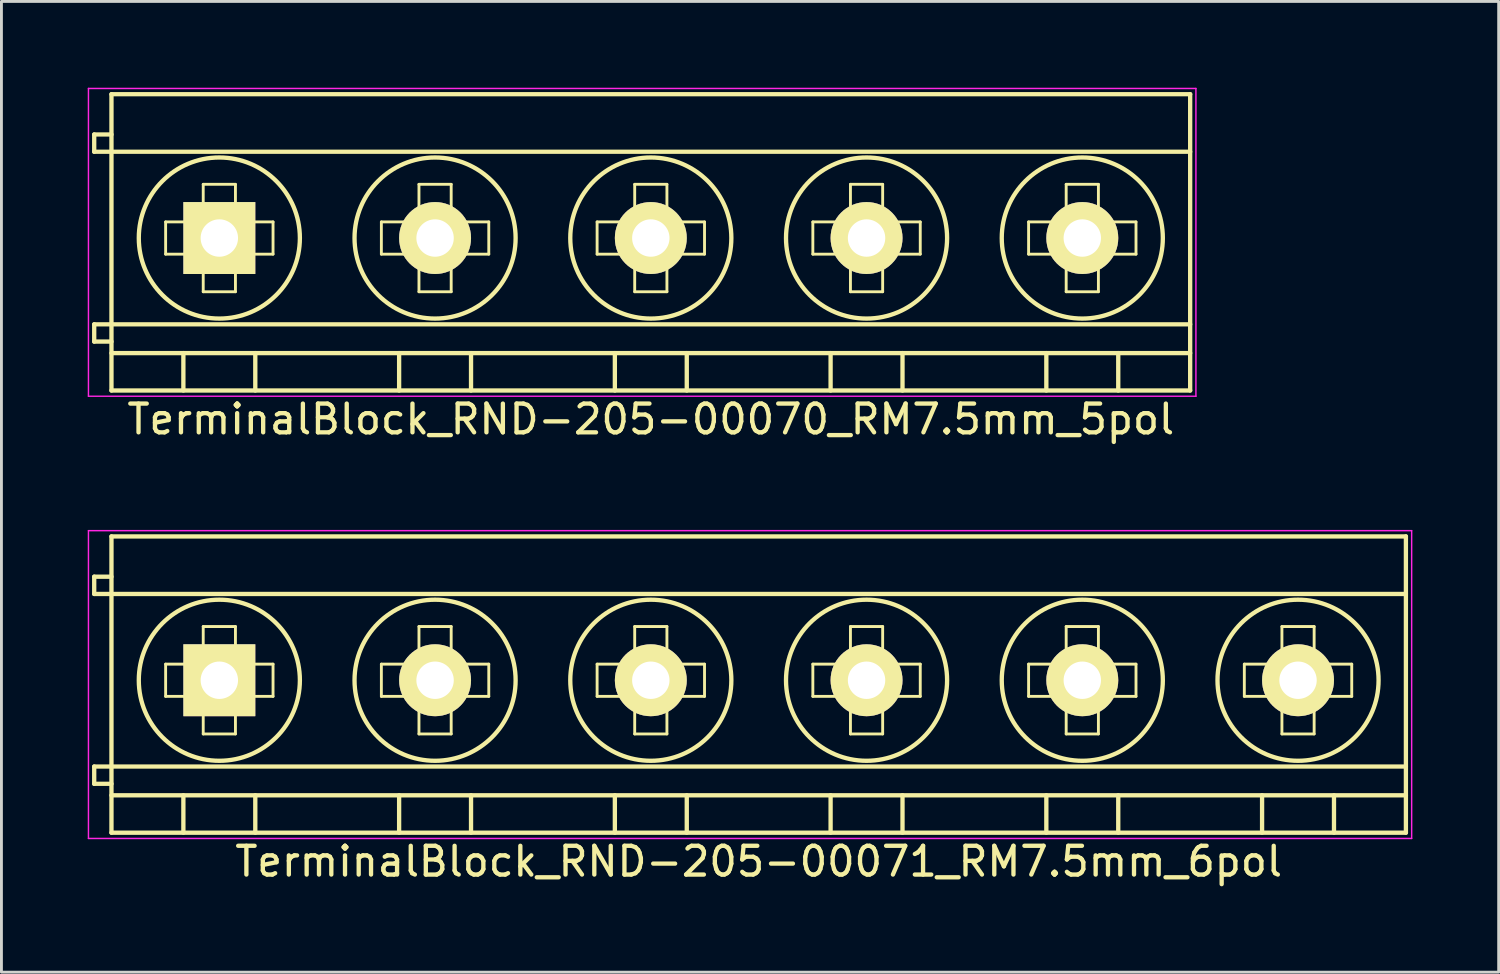
<source format=kicad_pcb>
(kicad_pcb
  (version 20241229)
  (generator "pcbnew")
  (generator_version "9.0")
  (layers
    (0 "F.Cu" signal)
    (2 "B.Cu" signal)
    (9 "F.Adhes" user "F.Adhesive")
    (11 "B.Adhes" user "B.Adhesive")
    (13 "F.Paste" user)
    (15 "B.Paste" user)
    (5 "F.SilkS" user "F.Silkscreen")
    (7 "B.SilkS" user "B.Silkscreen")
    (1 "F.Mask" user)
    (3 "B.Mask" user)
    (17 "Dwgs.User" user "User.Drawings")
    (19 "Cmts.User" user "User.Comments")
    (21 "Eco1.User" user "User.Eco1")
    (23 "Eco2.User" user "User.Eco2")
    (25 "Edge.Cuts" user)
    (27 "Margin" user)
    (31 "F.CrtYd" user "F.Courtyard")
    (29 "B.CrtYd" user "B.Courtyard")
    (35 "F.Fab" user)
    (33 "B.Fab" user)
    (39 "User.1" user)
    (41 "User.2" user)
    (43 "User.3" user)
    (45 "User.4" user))
  (footprint "TerminalBlock_RND-205-00070_RM7.5mm_5pol"
    (layer "F.Cu")
    (at 4.575 5.225)
    (property "Reference" "TerminalBlock_RND-205-00070_RM7.5mm_5pol" (at 15 6.3 0) (layer "F.SilkS") (effects (font (size 1 1) (thickness 0.15))))
    (attr through_hole)
    (fp_line (start -4.35 -3.6) (end -4.35 -3) (stroke (width 0.15) (type solid)) (layer "F.SilkS"))
    (fp_line (start -4.35 -3) (end -3.75 -3) (stroke (width 0.15) (type solid)) (layer "F.SilkS"))
    (fp_line (start -4.35 3) (end -4.35 3.6) (stroke (width 0.15) (type solid)) (layer "F.SilkS"))
    (fp_line (start -4.35 3.6) (end -3.75 3.6) (stroke (width 0.15) (type solid)) (layer "F.SilkS"))
    (fp_line (start -3.75 -5) (end 33.75 -5) (stroke (width 0.15) (type solid)) (layer "F.SilkS"))
    (fp_line (start -3.75 -3.6) (end -4.35 -3.6) (stroke (width 0.15) (type solid)) (layer "F.SilkS"))
    (fp_line (start -3.75 -3) (end 33.75 -3) (stroke (width 0.15) (type solid)) (layer "F.SilkS"))
    (fp_line (start -3.75 3) (end -4.35 3) (stroke (width 0.15) (type solid)) (layer "F.SilkS"))
    (fp_line (start -3.75 3) (end 33.75 3) (stroke (width 0.15) (type solid)) (layer "F.SilkS"))
    (fp_line (start -3.75 4) (end 33.75 4) (stroke (width 0.15) (type solid)) (layer "F.SilkS"))
    (fp_line (start -3.75 5.3) (end -3.75 -5) (stroke (width 0.15) (type solid)) (layer "F.SilkS"))
    (fp_line (start -1.867 -0.56) (end -0.56 -0.56) (stroke (width 0.1) (type solid)) (layer "F.SilkS"))
    (fp_line (start -1.867 0.56) (end -1.867 -0.56) (stroke (width 0.1) (type solid)) (layer "F.SilkS"))
    (fp_line (start -1.25 4) (end -1.25 5.3) (stroke (width 0.15) (type solid)) (layer "F.SilkS"))
    (fp_line (start -0.56 -1.867) (end 0.56 -1.867) (stroke (width 0.1) (type solid)) (layer "F.SilkS"))
    (fp_line (start -0.56 -0.56) (end -0.56 -1.867) (stroke (width 0.1) (type solid)) (layer "F.SilkS"))
    (fp_line (start -0.56 0.56) (end -1.867 0.56) (stroke (width 0.1) (type solid)) (layer "F.SilkS"))
    (fp_line (start -0.56 1.867) (end -0.56 0.56) (stroke (width 0.1) (type solid)) (layer "F.SilkS"))
    (fp_line (start 0.56 -1.867) (end 0.56 -0.56) (stroke (width 0.1) (type solid)) (layer "F.SilkS"))
    (fp_line (start 0.56 -0.56) (end 1.867 -0.56) (stroke (width 0.1) (type solid)) (layer "F.SilkS"))
    (fp_line (start 0.56 0.56) (end 0.56 1.867) (stroke (width 0.1) (type solid)) (layer "F.SilkS"))
    (fp_line (start 0.56 1.867) (end -0.56 1.867) (stroke (width 0.1) (type solid)) (layer "F.SilkS"))
    (fp_line (start 1.25 4) (end 1.25 5.3) (stroke (width 0.15) (type solid)) (layer "F.SilkS"))
    (fp_line (start 1.867 -0.56) (end 1.867 0.56) (stroke (width 0.1) (type solid)) (layer "F.SilkS"))
    (fp_line (start 1.867 0.56) (end 0.56 0.56) (stroke (width 0.1) (type solid)) (layer "F.SilkS"))
    (fp_line (start 5.633 -0.56) (end 6.94 -0.56) (stroke (width 0.1) (type solid)) (layer "F.SilkS"))
    (fp_line (start 5.633 0.56) (end 5.633 -0.56) (stroke (width 0.1) (type solid)) (layer "F.SilkS"))
    (fp_line (start 6.25 4) (end 6.25 5.3) (stroke (width 0.15) (type solid)) (layer "F.SilkS"))
    (fp_line (start 6.94 -1.867) (end 8.06 -1.867) (stroke (width 0.1) (type solid)) (layer "F.SilkS"))
    (fp_line (start 6.94 -0.56) (end 6.94 -1.867) (stroke (width 0.1) (type solid)) (layer "F.SilkS"))
    (fp_line (start 6.94 0.56) (end 5.633 0.56) (stroke (width 0.1) (type solid)) (layer "F.SilkS"))
    (fp_line (start 6.94 1.867) (end 6.94 0.56) (stroke (width 0.1) (type solid)) (layer "F.SilkS"))
    (fp_line (start 8.06 -1.867) (end 8.06 -0.56) (stroke (width 0.1) (type solid)) (layer "F.SilkS"))
    (fp_line (start 8.06 -0.56) (end 9.367 -0.56) (stroke (width 0.1) (type solid)) (layer "F.SilkS"))
    (fp_line (start 8.06 0.56) (end 8.06 1.867) (stroke (width 0.1) (type solid)) (layer "F.SilkS"))
    (fp_line (start 8.06 1.867) (end 6.94 1.867) (stroke (width 0.1) (type solid)) (layer "F.SilkS"))
    (fp_line (start 8.75 4) (end 8.75 5.3) (stroke (width 0.15) (type solid)) (layer "F.SilkS"))
    (fp_line (start 9.367 -0.56) (end 9.367 0.56) (stroke (width 0.1) (type solid)) (layer "F.SilkS"))
    (fp_line (start 9.367 0.56) (end 8.06 0.56) (stroke (width 0.1) (type solid)) (layer "F.SilkS"))
    (fp_line (start 13.133 -0.56) (end 14.44 -0.56) (stroke (width 0.1) (type solid)) (layer "F.SilkS"))
    (fp_line (start 13.133 0.56) (end 13.133 -0.56) (stroke (width 0.1) (type solid)) (layer "F.SilkS"))
    (fp_line (start 13.75 4) (end 13.75 5.3) (stroke (width 0.15) (type solid)) (layer "F.SilkS"))
    (fp_line (start 14.44 -1.867) (end 15.56 -1.867) (stroke (width 0.1) (type solid)) (layer "F.SilkS"))
    (fp_line (start 14.44 -0.56) (end 14.44 -1.867) (stroke (width 0.1) (type solid)) (layer "F.SilkS"))
    (fp_line (start 14.44 0.56) (end 13.133 0.56) (stroke (width 0.1) (type solid)) (layer "F.SilkS"))
    (fp_line (start 14.44 1.867) (end 14.44 0.56) (stroke (width 0.1) (type solid)) (layer "F.SilkS"))
    (fp_line (start 15.56 -1.867) (end 15.56 -0.56) (stroke (width 0.1) (type solid)) (layer "F.SilkS"))
    (fp_line (start 15.56 -0.56) (end 16.867 -0.56) (stroke (width 0.1) (type solid)) (layer "F.SilkS"))
    (fp_line (start 15.56 0.56) (end 15.56 1.867) (stroke (width 0.1) (type solid)) (layer "F.SilkS"))
    (fp_line (start 15.56 1.867) (end 14.44 1.867) (stroke (width 0.1) (type solid)) (layer "F.SilkS"))
    (fp_line (start 16.25 4) (end 16.25 5.3) (stroke (width 0.15) (type solid)) (layer "F.SilkS"))
    (fp_line (start 16.867 -0.56) (end 16.867 0.56) (stroke (width 0.1) (type solid)) (layer "F.SilkS"))
    (fp_line (start 16.867 0.56) (end 15.56 0.56) (stroke (width 0.1) (type solid)) (layer "F.SilkS"))
    (fp_line (start 20.633 -0.56) (end 21.94 -0.56) (stroke (width 0.1) (type solid)) (layer "F.SilkS"))
    (fp_line (start 20.633 0.56) (end 20.633 -0.56) (stroke (width 0.1) (type solid)) (layer "F.SilkS"))
    (fp_line (start 21.25 4) (end 21.25 5.3) (stroke (width 0.15) (type solid)) (layer "F.SilkS"))
    (fp_line (start 21.94 -1.867) (end 23.06 -1.867) (stroke (width 0.1) (type solid)) (layer "F.SilkS"))
    (fp_line (start 21.94 -0.56) (end 21.94 -1.867) (stroke (width 0.1) (type solid)) (layer "F.SilkS"))
    (fp_line (start 21.94 0.56) (end 20.633 0.56) (stroke (width 0.1) (type solid)) (layer "F.SilkS"))
    (fp_line (start 21.94 1.867) (end 21.94 0.56) (stroke (width 0.1) (type solid)) (layer "F.SilkS"))
    (fp_line (start 23.06 -1.867) (end 23.06 -0.56) (stroke (width 0.1) (type solid)) (layer "F.SilkS"))
    (fp_line (start 23.06 -0.56) (end 24.367 -0.56) (stroke (width 0.1) (type solid)) (layer "F.SilkS"))
    (fp_line (start 23.06 0.56) (end 23.06 1.867) (stroke (width 0.1) (type solid)) (layer "F.SilkS"))
    (fp_line (start 23.06 1.867) (end 21.94 1.867) (stroke (width 0.1) (type solid)) (layer "F.SilkS"))
    (fp_line (start 23.75 4) (end 23.75 5.3) (stroke (width 0.15) (type solid)) (layer "F.SilkS"))
    (fp_line (start 24.367 -0.56) (end 24.367 0.56) (stroke (width 0.1) (type solid)) (layer "F.SilkS"))
    (fp_line (start 24.367 0.56) (end 23.06 0.56) (stroke (width 0.1) (type solid)) (layer "F.SilkS"))
    (fp_line (start 28.133 -0.56) (end 29.44 -0.56) (stroke (width 0.1) (type solid)) (layer "F.SilkS"))
    (fp_line (start 28.133 0.56) (end 28.133 -0.56) (stroke (width 0.1) (type solid)) (layer "F.SilkS"))
    (fp_line (start 28.75 4) (end 28.75 5.3) (stroke (width 0.15) (type solid)) (layer "F.SilkS"))
    (fp_line (start 29.44 -1.867) (end 30.56 -1.867) (stroke (width 0.1) (type solid)) (layer "F.SilkS"))
    (fp_line (start 29.44 -0.56) (end 29.44 -1.867) (stroke (width 0.1) (type solid)) (layer "F.SilkS"))
    (fp_line (start 29.44 0.56) (end 28.133 0.56) (stroke (width 0.1) (type solid)) (layer "F.SilkS"))
    (fp_line (start 29.44 1.867) (end 29.44 0.56) (stroke (width 0.1) (type solid)) (layer "F.SilkS"))
    (fp_line (start 30.56 -1.867) (end 30.56 -0.56) (stroke (width 0.1) (type solid)) (layer "F.SilkS"))
    (fp_line (start 30.56 -0.56) (end 31.867 -0.56) (stroke (width 0.1) (type solid)) (layer "F.SilkS"))
    (fp_line (start 30.56 0.56) (end 30.56 1.867) (stroke (width 0.1) (type solid)) (layer "F.SilkS"))
    (fp_line (start 30.56 1.867) (end 29.44 1.867) (stroke (width 0.1) (type solid)) (layer "F.SilkS"))
    (fp_line (start 31.25 4) (end 31.25 5.3) (stroke (width 0.15) (type solid)) (layer "F.SilkS"))
    (fp_line (start 31.867 -0.56) (end 31.867 0.56) (stroke (width 0.1) (type solid)) (layer "F.SilkS"))
    (fp_line (start 31.867 0.56) (end 30.56 0.56) (stroke (width 0.1) (type solid)) (layer "F.SilkS"))
    (fp_line (start 33.75 -5) (end 33.75 5.3) (stroke (width 0.15) (type solid)) (layer "F.SilkS"))
    (fp_line (start 33.75 5.3) (end -3.75 5.3) (stroke (width 0.15) (type solid)) (layer "F.SilkS"))
    (fp_circle (center 0 0) (end -2.8 0) (stroke (width 0.15) (type solid)) (fill no) (layer "F.SilkS"))
    (fp_circle (center 7.5 0) (end 4.7 0) (stroke (width 0.15) (type solid)) (fill no) (layer "F.SilkS"))
    (fp_circle (center 15 0) (end 12.2 0) (stroke (width 0.15) (type solid)) (fill no) (layer "F.SilkS"))
    (fp_circle (center 22.5 0) (end 19.7 0) (stroke (width 0.15) (type solid)) (fill no) (layer "F.SilkS"))
    (fp_circle (center 30 0) (end 27.2 0) (stroke (width 0.15) (type solid)) (fill no) (layer "F.SilkS"))
    (fp_line (start -4.55 -5.2) (end 33.95 -5.2) (stroke (width 0.05) (type solid)) (layer "F.CrtYd"))
    (fp_line (start -4.55 5.5) (end -4.55 -5.2) (stroke (width 0.05) (type solid)) (layer "F.CrtYd"))
    (fp_line (start 33.95 -5.2) (end 33.95 5.5) (stroke (width 0.05) (type solid)) (layer "F.CrtYd"))
    (fp_line (start 33.95 5.5) (end -4.55 5.5) (stroke (width 0.05) (type solid)) (layer "F.CrtYd"))
    (pad "1" thru_hole rect (at 0 0) (size 2.5 2.5) (drill 1.3) (layers "*.Cu" "*.Mask" "F.SilkS"))
    (pad "2" thru_hole circle (at 7.5 0) (size 2.5 2.5) (drill 1.3) (layers "*.Cu" "*.Mask" "F.SilkS"))
    (pad "3" thru_hole circle (at 15 0) (size 2.5 2.5) (drill 1.3) (layers "*.Cu" "*.Mask" "F.SilkS"))
    (pad "4" thru_hole circle (at 22.5 0) (size 2.5 2.5) (drill 1.3) (layers "*.Cu" "*.Mask" "F.SilkS"))
    (pad "5" thru_hole circle (at 30 0) (size 2.5 2.5) (drill 1.3) (layers "*.Cu" "*.Mask" "F.SilkS")))
  (footprint "TerminalBlock_RND-205-00071_RM7.5mm_6pol"
    (layer "F.Cu")
    (at 4.575 20.598)
    (property "Reference" "TerminalBlock_RND-205-00071_RM7.5mm_6pol" (at 18.75 6.3 0) (layer "F.SilkS") (effects (font (size 1 1) (thickness 0.15))))
    (attr through_hole)
    (fp_line (start -4.35 -3.6) (end -4.35 -3) (stroke (width 0.15) (type solid)) (layer "F.SilkS"))
    (fp_line (start -4.35 -3) (end -3.75 -3) (stroke (width 0.15) (type solid)) (layer "F.SilkS"))
    (fp_line (start -4.35 3) (end -4.35 3.6) (stroke (width 0.15) (type solid)) (layer "F.SilkS"))
    (fp_line (start -4.35 3.6) (end -3.75 3.6) (stroke (width 0.15) (type solid)) (layer "F.SilkS"))
    (fp_line (start -3.75 -5) (end 41.25 -5) (stroke (width 0.15) (type solid)) (layer "F.SilkS"))
    (fp_line (start -3.75 -3.6) (end -4.35 -3.6) (stroke (width 0.15) (type solid)) (layer "F.SilkS"))
    (fp_line (start -3.75 -3) (end 41.25 -3) (stroke (width 0.15) (type solid)) (layer "F.SilkS"))
    (fp_line (start -3.75 3) (end -4.35 3) (stroke (width 0.15) (type solid)) (layer "F.SilkS"))
    (fp_line (start -3.75 3) (end 41.25 3) (stroke (width 0.15) (type solid)) (layer "F.SilkS"))
    (fp_line (start -3.75 4) (end 41.25 4) (stroke (width 0.15) (type solid)) (layer "F.SilkS"))
    (fp_line (start -3.75 5.3) (end -3.75 -5) (stroke (width 0.15) (type solid)) (layer "F.SilkS"))
    (fp_line (start -1.867 -0.56) (end -0.56 -0.56) (stroke (width 0.1) (type solid)) (layer "F.SilkS"))
    (fp_line (start -1.867 0.56) (end -1.867 -0.56) (stroke (width 0.1) (type solid)) (layer "F.SilkS"))
    (fp_line (start -1.25 4) (end -1.25 5.3) (stroke (width 0.15) (type solid)) (layer "F.SilkS"))
    (fp_line (start -0.56 -1.867) (end 0.56 -1.867) (stroke (width 0.1) (type solid)) (layer "F.SilkS"))
    (fp_line (start -0.56 -0.56) (end -0.56 -1.867) (stroke (width 0.1) (type solid)) (layer "F.SilkS"))
    (fp_line (start -0.56 0.56) (end -1.867 0.56) (stroke (width 0.1) (type solid)) (layer "F.SilkS"))
    (fp_line (start -0.56 1.867) (end -0.56 0.56) (stroke (width 0.1) (type solid)) (layer "F.SilkS"))
    (fp_line (start 0.56 -1.867) (end 0.56 -0.56) (stroke (width 0.1) (type solid)) (layer "F.SilkS"))
    (fp_line (start 0.56 -0.56) (end 1.867 -0.56) (stroke (width 0.1) (type solid)) (layer "F.SilkS"))
    (fp_line (start 0.56 0.56) (end 0.56 1.867) (stroke (width 0.1) (type solid)) (layer "F.SilkS"))
    (fp_line (start 0.56 1.867) (end -0.56 1.867) (stroke (width 0.1) (type solid)) (layer "F.SilkS"))
    (fp_line (start 1.25 4) (end 1.25 5.3) (stroke (width 0.15) (type solid)) (layer "F.SilkS"))
    (fp_line (start 1.867 -0.56) (end 1.867 0.56) (stroke (width 0.1) (type solid)) (layer "F.SilkS"))
    (fp_line (start 1.867 0.56) (end 0.56 0.56) (stroke (width 0.1) (type solid)) (layer "F.SilkS"))
    (fp_line (start 5.633 -0.56) (end 6.94 -0.56) (stroke (width 0.1) (type solid)) (layer "F.SilkS"))
    (fp_line (start 5.633 0.56) (end 5.633 -0.56) (stroke (width 0.1) (type solid)) (layer "F.SilkS"))
    (fp_line (start 6.25 4) (end 6.25 5.3) (stroke (width 0.15) (type solid)) (layer "F.SilkS"))
    (fp_line (start 6.94 -1.867) (end 8.06 -1.867) (stroke (width 0.1) (type solid)) (layer "F.SilkS"))
    (fp_line (start 6.94 -0.56) (end 6.94 -1.867) (stroke (width 0.1) (type solid)) (layer "F.SilkS"))
    (fp_line (start 6.94 0.56) (end 5.633 0.56) (stroke (width 0.1) (type solid)) (layer "F.SilkS"))
    (fp_line (start 6.94 1.867) (end 6.94 0.56) (stroke (width 0.1) (type solid)) (layer "F.SilkS"))
    (fp_line (start 8.06 -1.867) (end 8.06 -0.56) (stroke (width 0.1) (type solid)) (layer "F.SilkS"))
    (fp_line (start 8.06 -0.56) (end 9.367 -0.56) (stroke (width 0.1) (type solid)) (layer "F.SilkS"))
    (fp_line (start 8.06 0.56) (end 8.06 1.867) (stroke (width 0.1) (type solid)) (layer "F.SilkS"))
    (fp_line (start 8.06 1.867) (end 6.94 1.867) (stroke (width 0.1) (type solid)) (layer "F.SilkS"))
    (fp_line (start 8.75 4) (end 8.75 5.3) (stroke (width 0.15) (type solid)) (layer "F.SilkS"))
    (fp_line (start 9.367 -0.56) (end 9.367 0.56) (stroke (width 0.1) (type solid)) (layer "F.SilkS"))
    (fp_line (start 9.367 0.56) (end 8.06 0.56) (stroke (width 0.1) (type solid)) (layer "F.SilkS"))
    (fp_line (start 13.133 -0.56) (end 14.44 -0.56) (stroke (width 0.1) (type solid)) (layer "F.SilkS"))
    (fp_line (start 13.133 0.56) (end 13.133 -0.56) (stroke (width 0.1) (type solid)) (layer "F.SilkS"))
    (fp_line (start 13.75 4) (end 13.75 5.3) (stroke (width 0.15) (type solid)) (layer "F.SilkS"))
    (fp_line (start 14.44 -1.867) (end 15.56 -1.867) (stroke (width 0.1) (type solid)) (layer "F.SilkS"))
    (fp_line (start 14.44 -0.56) (end 14.44 -1.867) (stroke (width 0.1) (type solid)) (layer "F.SilkS"))
    (fp_line (start 14.44 0.56) (end 13.133 0.56) (stroke (width 0.1) (type solid)) (layer "F.SilkS"))
    (fp_line (start 14.44 1.867) (end 14.44 0.56) (stroke (width 0.1) (type solid)) (layer "F.SilkS"))
    (fp_line (start 15.56 -1.867) (end 15.56 -0.56) (stroke (width 0.1) (type solid)) (layer "F.SilkS"))
    (fp_line (start 15.56 -0.56) (end 16.867 -0.56) (stroke (width 0.1) (type solid)) (layer "F.SilkS"))
    (fp_line (start 15.56 0.56) (end 15.56 1.867) (stroke (width 0.1) (type solid)) (layer "F.SilkS"))
    (fp_line (start 15.56 1.867) (end 14.44 1.867) (stroke (width 0.1) (type solid)) (layer "F.SilkS"))
    (fp_line (start 16.25 4) (end 16.25 5.3) (stroke (width 0.15) (type solid)) (layer "F.SilkS"))
    (fp_line (start 16.867 -0.56) (end 16.867 0.56) (stroke (width 0.1) (type solid)) (layer "F.SilkS"))
    (fp_line (start 16.867 0.56) (end 15.56 0.56) (stroke (width 0.1) (type solid)) (layer "F.SilkS"))
    (fp_line (start 20.633 -0.56) (end 21.94 -0.56) (stroke (width 0.1) (type solid)) (layer "F.SilkS"))
    (fp_line (start 20.633 0.56) (end 20.633 -0.56) (stroke (width 0.1) (type solid)) (layer "F.SilkS"))
    (fp_line (start 21.25 4) (end 21.25 5.3) (stroke (width 0.15) (type solid)) (layer "F.SilkS"))
    (fp_line (start 21.94 -1.867) (end 23.06 -1.867) (stroke (width 0.1) (type solid)) (layer "F.SilkS"))
    (fp_line (start 21.94 -0.56) (end 21.94 -1.867) (stroke (width 0.1) (type solid)) (layer "F.SilkS"))
    (fp_line (start 21.94 0.56) (end 20.633 0.56) (stroke (width 0.1) (type solid)) (layer "F.SilkS"))
    (fp_line (start 21.94 1.867) (end 21.94 0.56) (stroke (width 0.1) (type solid)) (layer "F.SilkS"))
    (fp_line (start 23.06 -1.867) (end 23.06 -0.56) (stroke (width 0.1) (type solid)) (layer "F.SilkS"))
    (fp_line (start 23.06 -0.56) (end 24.367 -0.56) (stroke (width 0.1) (type solid)) (layer "F.SilkS"))
    (fp_line (start 23.06 0.56) (end 23.06 1.867) (stroke (width 0.1) (type solid)) (layer "F.SilkS"))
    (fp_line (start 23.06 1.867) (end 21.94 1.867) (stroke (width 0.1) (type solid)) (layer "F.SilkS"))
    (fp_line (start 23.75 4) (end 23.75 5.3) (stroke (width 0.15) (type solid)) (layer "F.SilkS"))
    (fp_line (start 24.367 -0.56) (end 24.367 0.56) (stroke (width 0.1) (type solid)) (layer "F.SilkS"))
    (fp_line (start 24.367 0.56) (end 23.06 0.56) (stroke (width 0.1) (type solid)) (layer "F.SilkS"))
    (fp_line (start 28.133 -0.56) (end 29.44 -0.56) (stroke (width 0.1) (type solid)) (layer "F.SilkS"))
    (fp_line (start 28.133 0.56) (end 28.133 -0.56) (stroke (width 0.1) (type solid)) (layer "F.SilkS"))
    (fp_line (start 28.75 4) (end 28.75 5.3) (stroke (width 0.15) (type solid)) (layer "F.SilkS"))
    (fp_line (start 29.44 -1.867) (end 30.56 -1.867) (stroke (width 0.1) (type solid)) (layer "F.SilkS"))
    (fp_line (start 29.44 -0.56) (end 29.44 -1.867) (stroke (width 0.1) (type solid)) (layer "F.SilkS"))
    (fp_line (start 29.44 0.56) (end 28.133 0.56) (stroke (width 0.1) (type solid)) (layer "F.SilkS"))
    (fp_line (start 29.44 1.867) (end 29.44 0.56) (stroke (width 0.1) (type solid)) (layer "F.SilkS"))
    (fp_line (start 30.56 -1.867) (end 30.56 -0.56) (stroke (width 0.1) (type solid)) (layer "F.SilkS"))
    (fp_line (start 30.56 -0.56) (end 31.867 -0.56) (stroke (width 0.1) (type solid)) (layer "F.SilkS"))
    (fp_line (start 30.56 0.56) (end 30.56 1.867) (stroke (width 0.1) (type solid)) (layer "F.SilkS"))
    (fp_line (start 30.56 1.867) (end 29.44 1.867) (stroke (width 0.1) (type solid)) (layer "F.SilkS"))
    (fp_line (start 31.25 4) (end 31.25 5.3) (stroke (width 0.15) (type solid)) (layer "F.SilkS"))
    (fp_line (start 31.867 -0.56) (end 31.867 0.56) (stroke (width 0.1) (type solid)) (layer "F.SilkS"))
    (fp_line (start 31.867 0.56) (end 30.56 0.56) (stroke (width 0.1) (type solid)) (layer "F.SilkS"))
    (fp_line (start 35.633 -0.56) (end 36.94 -0.56) (stroke (width 0.1) (type solid)) (layer "F.SilkS"))
    (fp_line (start 35.633 0.56) (end 35.633 -0.56) (stroke (width 0.1) (type solid)) (layer "F.SilkS"))
    (fp_line (start 36.25 4) (end 36.25 5.3) (stroke (width 0.15) (type solid)) (layer "F.SilkS"))
    (fp_line (start 36.94 -1.867) (end 38.06 -1.867) (stroke (width 0.1) (type solid)) (layer "F.SilkS"))
    (fp_line (start 36.94 -0.56) (end 36.94 -1.867) (stroke (width 0.1) (type solid)) (layer "F.SilkS"))
    (fp_line (start 36.94 0.56) (end 35.633 0.56) (stroke (width 0.1) (type solid)) (layer "F.SilkS"))
    (fp_line (start 36.94 1.867) (end 36.94 0.56) (stroke (width 0.1) (type solid)) (layer "F.SilkS"))
    (fp_line (start 38.06 -1.867) (end 38.06 -0.56) (stroke (width 0.1) (type solid)) (layer "F.SilkS"))
    (fp_line (start 38.06 -0.56) (end 39.367 -0.56) (stroke (width 0.1) (type solid)) (layer "F.SilkS"))
    (fp_line (start 38.06 0.56) (end 38.06 1.867) (stroke (width 0.1) (type solid)) (layer "F.SilkS"))
    (fp_line (start 38.06 1.867) (end 36.94 1.867) (stroke (width 0.1) (type solid)) (layer "F.SilkS"))
    (fp_line (start 38.75 4) (end 38.75 5.3) (stroke (width 0.15) (type solid)) (layer "F.SilkS"))
    (fp_line (start 39.367 -0.56) (end 39.367 0.56) (stroke (width 0.1) (type solid)) (layer "F.SilkS"))
    (fp_line (start 39.367 0.56) (end 38.06 0.56) (stroke (width 0.1) (type solid)) (layer "F.SilkS"))
    (fp_line (start 41.25 -5) (end 41.25 5.3) (stroke (width 0.15) (type solid)) (layer "F.SilkS"))
    (fp_line (start 41.25 5.3) (end -3.75 5.3) (stroke (width 0.15) (type solid)) (layer "F.SilkS"))
    (fp_circle (center 0 0) (end -2.8 0) (stroke (width 0.15) (type solid)) (fill no) (layer "F.SilkS"))
    (fp_circle (center 7.5 0) (end 4.7 0) (stroke (width 0.15) (type solid)) (fill no) (layer "F.SilkS"))
    (fp_circle (center 15 0) (end 12.2 0) (stroke (width 0.15) (type solid)) (fill no) (layer "F.SilkS"))
    (fp_circle (center 22.5 0) (end 19.7 0) (stroke (width 0.15) (type solid)) (fill no) (layer "F.SilkS"))
    (fp_circle (center 30 0) (end 27.2 0) (stroke (width 0.15) (type solid)) (fill no) (layer "F.SilkS"))
    (fp_circle (center 37.5 0) (end 34.7 0) (stroke (width 0.15) (type solid)) (fill no) (layer "F.SilkS"))
    (fp_line (start -4.55 -5.2) (end 41.45 -5.2) (stroke (width 0.05) (type solid)) (layer "F.CrtYd"))
    (fp_line (start -4.55 5.5) (end -4.55 -5.2) (stroke (width 0.05) (type solid)) (layer "F.CrtYd"))
    (fp_line (start 41.45 -5.2) (end 41.45 5.5) (stroke (width 0.05) (type solid)) (layer "F.CrtYd"))
    (fp_line (start 41.45 5.5) (end -4.55 5.5) (stroke (width 0.05) (type solid)) (layer "F.CrtYd"))
    (pad "1" thru_hole rect (at 0 0) (size 2.5 2.5) (drill 1.3) (layers "*.Cu" "*.Mask" "F.SilkS"))
    (pad "2" thru_hole circle (at 7.5 0) (size 2.5 2.5) (drill 1.3) (layers "*.Cu" "*.Mask" "F.SilkS"))
    (pad "3" thru_hole circle (at 15 0) (size 2.5 2.5) (drill 1.3) (layers "*.Cu" "*.Mask" "F.SilkS"))
    (pad "4" thru_hole circle (at 22.5 0) (size 2.5 2.5) (drill 1.3) (layers "*.Cu" "*.Mask" "F.SilkS"))
    (pad "5" thru_hole circle (at 30 0) (size 2.5 2.5) (drill 1.3) (layers "*.Cu" "*.Mask" "F.SilkS"))
    (pad "6" thru_hole circle (at 37.5 0) (size 2.5 2.5) (drill 1.3) (layers "*.Cu" "*.Mask" "F.SilkS")))
  (gr_rect
    (start -3 -3)
    (end 49.05 30.747)
    (stroke (width 0.1) (type default))
    (fill no)
    (layer "Edge.Cuts")))
</source>
